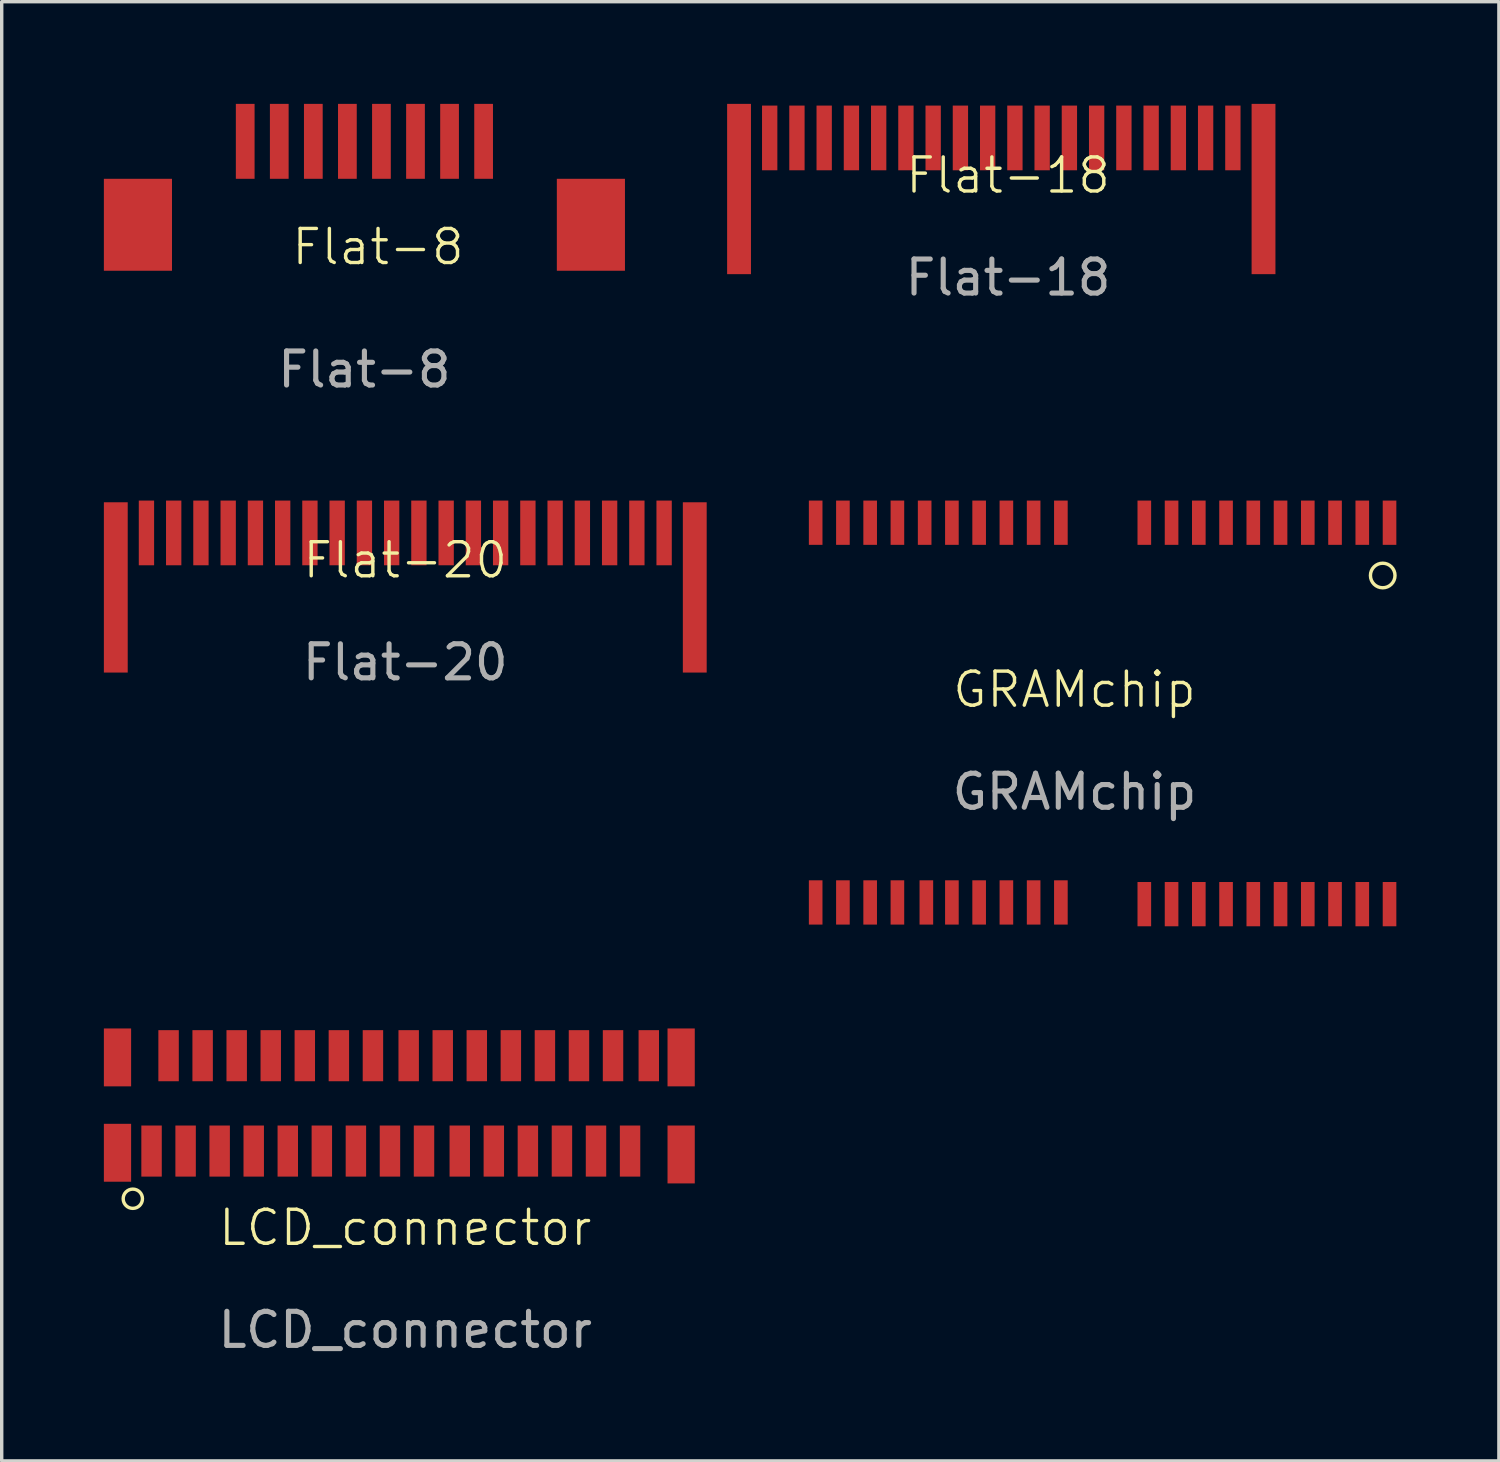
<source format=kicad_pcb>
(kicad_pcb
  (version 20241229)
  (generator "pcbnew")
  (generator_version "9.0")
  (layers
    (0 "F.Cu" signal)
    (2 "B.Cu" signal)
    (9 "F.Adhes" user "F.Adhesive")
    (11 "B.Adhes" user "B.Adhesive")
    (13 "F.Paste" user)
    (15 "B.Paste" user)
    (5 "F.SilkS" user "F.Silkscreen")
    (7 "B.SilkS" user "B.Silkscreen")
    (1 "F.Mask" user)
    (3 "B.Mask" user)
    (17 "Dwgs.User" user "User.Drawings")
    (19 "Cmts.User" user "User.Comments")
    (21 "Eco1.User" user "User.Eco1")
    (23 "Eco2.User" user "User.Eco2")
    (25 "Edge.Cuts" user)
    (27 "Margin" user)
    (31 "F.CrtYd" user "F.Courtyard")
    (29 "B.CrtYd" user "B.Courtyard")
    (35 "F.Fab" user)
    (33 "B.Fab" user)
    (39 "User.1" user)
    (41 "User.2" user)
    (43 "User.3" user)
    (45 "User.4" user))
  (footprint "Flat-18"
    (layer "F.Cu")
    (at 26.55 2.6)
    (property "Reference" "Flat-18" (at 0 -0.5 0) (unlocked yes) (layer "F.SilkS") (effects (font (size 1 1) (thickness 0.1))))
    (attr smd)
    (fp_text user "${REFERENCE}" (at 0 2.5 0) (unlocked yes) (layer "F.Fab") (effects (font (size 1 1) (thickness 0.15))))
    (pad "1" smd rect (at -7 -1.6 270) (size 1.9 0.45) (layers "F.Cu" "F.Mask" "F.Paste"))
    (pad "2" smd rect (at -6.2 -1.6 270) (size 1.9 0.45) (layers "F.Cu" "F.Mask" "F.Paste"))
    (pad "3" smd rect (at -5.4 -1.6 270) (size 1.9 0.45) (layers "F.Cu" "F.Mask" "F.Paste"))
    (pad "4" smd rect (at -4.6 -1.6 270) (size 1.9 0.45) (layers "F.Cu" "F.Mask" "F.Paste"))
    (pad "5" smd rect (at -3.8 -1.6 270) (size 1.9 0.45) (layers "F.Cu" "F.Mask" "F.Paste"))
    (pad "6" smd rect (at -3 -1.6 270) (size 1.9 0.45) (layers "F.Cu" "F.Mask" "F.Paste"))
    (pad "7" smd rect (at -2.2 -1.6 270) (size 1.9 0.45) (layers "F.Cu" "F.Mask" "F.Paste"))
    (pad "8" smd rect (at -1.4 -1.6 270) (size 1.9 0.45) (layers "F.Cu" "F.Mask" "F.Paste"))
    (pad "9" smd rect (at -0.6 -1.6 270) (size 1.9 0.45) (layers "F.Cu" "F.Mask" "F.Paste"))
    (pad "10" smd rect (at 0.2 -1.6 270) (size 1.9 0.45) (layers "F.Cu" "F.Mask" "F.Paste"))
    (pad "11" smd rect (at 1 -1.6 270) (size 1.9 0.45) (layers "F.Cu" "F.Mask" "F.Paste"))
    (pad "12" smd rect (at 1.8 -1.6 270) (size 1.9 0.45) (layers "F.Cu" "F.Mask" "F.Paste"))
    (pad "13" smd rect (at 2.6 -1.6 270) (size 1.9 0.45) (layers "F.Cu" "F.Mask" "F.Paste"))
    (pad "14" smd rect (at 3.4 -1.6 270) (size 1.9 0.45) (layers "F.Cu" "F.Mask" "F.Paste"))
    (pad "15" smd rect (at 4.2 -1.6 270) (size 1.9 0.45) (layers "F.Cu" "F.Mask" "F.Paste"))
    (pad "16" smd rect (at 5 -1.6 270) (size 1.9 0.45) (layers "F.Cu" "F.Mask" "F.Paste"))
    (pad "17" smd rect (at 5.8 -1.6 270) (size 1.9 0.45) (layers "F.Cu" "F.Mask" "F.Paste"))
    (pad "18" smd rect (at 6.6 -1.6 270) (size 1.9 0.45) (layers "F.Cu" "F.Mask" "F.Paste"))
    (pad "19" smd rect (at 7.5 -0.1 270) (size 5 0.7) (layers "F.Cu" "F.Mask" "F.Paste"))
    (pad "20" smd rect (at -7.9 -0.1 270) (size 5 0.7) (layers "F.Cu" "F.Mask" "F.Paste")))
  (footprint "Flat-20"
    (layer "F.Cu")
    (at 8.85 13.898)
    (property "Reference" "Flat-20" (at 0 -0.5 0) (unlocked yes) (layer "F.SilkS") (effects (font (size 1 1) (thickness 0.1))))
    (attr smd)
    (fp_text user "${REFERENCE}" (at 0 2.5 0) (unlocked yes) (layer "F.Fab") (effects (font (size 1 1) (thickness 0.15))))
    (pad "1" smd rect (at -7.6 -1.3 270) (size 1.9 0.45) (layers "F.Cu" "F.Mask" "F.Paste"))
    (pad "2" smd rect (at -6.8 -1.3 270) (size 1.9 0.45) (layers "F.Cu" "F.Mask" "F.Paste"))
    (pad "3" smd rect (at -6 -1.3 270) (size 1.9 0.45) (layers "F.Cu" "F.Mask" "F.Paste"))
    (pad "4" smd rect (at -5.2 -1.3 270) (size 1.9 0.45) (layers "F.Cu" "F.Mask" "F.Paste"))
    (pad "5" smd rect (at -4.4 -1.3 270) (size 1.9 0.45) (layers "F.Cu" "F.Mask" "F.Paste"))
    (pad "6" smd rect (at -3.6 -1.3 270) (size 1.9 0.45) (layers "F.Cu" "F.Mask" "F.Paste"))
    (pad "7" smd rect (at -2.8 -1.3 270) (size 1.9 0.45) (layers "F.Cu" "F.Mask" "F.Paste"))
    (pad "8" smd rect (at -2 -1.3 270) (size 1.9 0.45) (layers "F.Cu" "F.Mask" "F.Paste"))
    (pad "9" smd rect (at -1.2 -1.3 270) (size 1.9 0.45) (layers "F.Cu" "F.Mask" "F.Paste"))
    (pad "10" smd rect (at -0.4 -1.3 270) (size 1.9 0.45) (layers "F.Cu" "F.Mask" "F.Paste"))
    (pad "11" smd rect (at 0.4 -1.3 270) (size 1.9 0.45) (layers "F.Cu" "F.Mask" "F.Paste"))
    (pad "12" smd rect (at 1.2 -1.3 270) (size 1.9 0.45) (layers "F.Cu" "F.Mask" "F.Paste"))
    (pad "13" smd rect (at 2 -1.3 270) (size 1.9 0.45) (layers "F.Cu" "F.Mask" "F.Paste"))
    (pad "14" smd rect (at 2.8 -1.3 270) (size 1.9 0.45) (layers "F.Cu" "F.Mask" "F.Paste"))
    (pad "15" smd rect (at 3.6 -1.3 270) (size 1.9 0.45) (layers "F.Cu" "F.Mask" "F.Paste"))
    (pad "16" smd rect (at 4.4 -1.3 270) (size 1.9 0.45) (layers "F.Cu" "F.Mask" "F.Paste"))
    (pad "17" smd rect (at 5.2 -1.3 270) (size 1.9 0.45) (layers "F.Cu" "F.Mask" "F.Paste"))
    (pad "18" smd rect (at 6 -1.3 270) (size 1.9 0.45) (layers "F.Cu" "F.Mask" "F.Paste"))
    (pad "19" smd rect (at 6.8 -1.3 270) (size 1.9 0.45) (layers "F.Cu" "F.Mask" "F.Paste"))
    (pad "20" smd rect (at 7.6 -1.3 270) (size 1.9 0.45) (layers "F.Cu" "F.Mask" "F.Paste"))
    (pad "21" smd rect (at 8.5 0.3 270) (size 5 0.7) (layers "F.Cu" "F.Mask" "F.Paste"))
    (pad "22" smd rect (at -8.5 0.3 270) (size 5 0.7) (layers "F.Cu" "F.Mask" "F.Paste")))
  (footprint "Flat-8"
    (layer "F.Cu")
    (at 7.75 2.8)
    (property "Reference" "Flat-8" (at 0.3 1.4 0) (unlocked yes) (layer "F.SilkS") (effects (font (size 1 1) (thickness 0.1))))
    (attr smd)
    (fp_text user "${REFERENCE}" (at -0.1 5 0) (unlocked yes) (layer "F.Fab") (effects (font (size 1 1) (thickness 0.15))))
    (pad "1" smd rect (at -3.6 -1.7 270) (size 2.2 0.55) (layers "F.Cu" "F.Mask" "F.Paste"))
    (pad "2" smd rect (at -2.6 -1.7 270) (size 2.2 0.55) (layers "F.Cu" "F.Mask" "F.Paste"))
    (pad "3" smd rect (at -1.6 -1.7 270) (size 2.2 0.55) (layers "F.Cu" "F.Mask" "F.Paste"))
    (pad "4" smd rect (at -0.6 -1.7 270) (size 2.2 0.55) (layers "F.Cu" "F.Mask" "F.Paste"))
    (pad "5" smd rect (at 0.4 -1.7 270) (size 2.2 0.55) (layers "F.Cu" "F.Mask" "F.Paste"))
    (pad "6" smd rect (at 1.4 -1.7 270) (size 2.2 0.55) (layers "F.Cu" "F.Mask" "F.Paste"))
    (pad "7" smd rect (at 2.4 -1.7 270) (size 2.2 0.55) (layers "F.Cu" "F.Mask" "F.Paste"))
    (pad "8" smd rect (at 3.4 -1.7 270) (size 2.2 0.55) (layers "F.Cu" "F.Mask" "F.Paste"))
    (pad "9" smd rect (at 6.55 0.75 270) (size 2.7 2) (layers "F.Cu" "F.Mask" "F.Paste"))
    (pad "10" smd rect (at -6.75 0.75 270) (size 2.7 2) (layers "F.Cu" "F.Mask" "F.Paste")))
  (footprint "GRAMchip"
    (layer "F.Cu")
    (at 29.35 17.748)
    (property "Reference" "GRAMchip" (at -0.85 -0.55 0) (unlocked yes) (layer "F.SilkS") (effects (font (size 1 1) (thickness 0.1))))
    (attr smd)
    (fp_circle (center 8.2 -3.9) (end 8.5 -3.7) (stroke (width 0.1) (type default)) (fill no) (layer "F.SilkS"))
    (fp_text user "${REFERENCE}" (at -0.85 2.45 0) (unlocked yes) (layer "F.Fab") (effects (font (size 1 1) (thickness 0.15))))
    (pad "1" smd rect (at 8.4 -5.45 270) (size 1.3 0.4) (layers "F.Cu" "F.Mask" "F.Paste"))
    (pad "2" smd rect (at 7.6 -5.45 270) (size 1.3 0.4) (layers "F.Cu" "F.Mask" "F.Paste"))
    (pad "3" smd rect (at 6.8 -5.45 270) (size 1.3 0.4) (layers "F.Cu" "F.Mask" "F.Paste"))
    (pad "4" smd rect (at 6 -5.45 270) (size 1.3 0.4) (layers "F.Cu" "F.Mask" "F.Paste"))
    (pad "5" smd rect (at 5.2 -5.45 270) (size 1.3 0.4) (layers "F.Cu" "F.Mask" "F.Paste"))
    (pad "6" smd rect (at 4.4 -5.45 270) (size 1.3 0.4) (layers "F.Cu" "F.Mask" "F.Paste"))
    (pad "7" smd rect (at 3.6 -5.45 270) (size 1.3 0.4) (layers "F.Cu" "F.Mask" "F.Paste"))
    (pad "8" smd rect (at 2.8 -5.45 270) (size 1.3 0.4) (layers "F.Cu" "F.Mask" "F.Paste"))
    (pad "9" smd rect (at 2 -5.45 270) (size 1.3 0.4) (layers "F.Cu" "F.Mask" "F.Paste"))
    (pad "10" smd rect (at 1.2 -5.45 270) (size 1.3 0.4) (layers "F.Cu" "F.Mask" "F.Paste"))
    (pad "11" smd rect (at -1.25 -5.45 270) (size 1.3 0.4) (layers "F.Cu" "F.Mask" "F.Paste"))
    (pad "12" smd rect (at -2.05 -5.45 270) (size 1.3 0.4) (layers "F.Cu" "F.Mask" "F.Paste"))
    (pad "13" smd rect (at -2.85 -5.45 270) (size 1.3 0.4) (layers "F.Cu" "F.Mask" "F.Paste"))
    (pad "14" smd rect (at -3.65 -5.45 270) (size 1.3 0.4) (layers "F.Cu" "F.Mask" "F.Paste"))
    (pad "15" smd rect (at -4.45 -5.45 270) (size 1.3 0.4) (layers "F.Cu" "F.Mask" "F.Paste"))
    (pad "16" smd rect (at -5.25 -5.45 270) (size 1.3 0.4) (layers "F.Cu" "F.Mask" "F.Paste"))
    (pad "17" smd rect (at -6.05 -5.45 270) (size 1.3 0.4) (layers "F.Cu" "F.Mask" "F.Paste"))
    (pad "18" smd rect (at -6.85 -5.45 270) (size 1.3 0.4) (layers "F.Cu" "F.Mask" "F.Paste"))
    (pad "19" smd rect (at -7.65 -5.45 270) (size 1.3 0.4) (layers "F.Cu" "F.Mask" "F.Paste"))
    (pad "20" smd rect (at -8.45 -5.45 270) (size 1.3 0.4) (layers "F.Cu" "F.Mask" "F.Paste"))
    (pad "21" smd rect (at -8.45 5.7 270) (size 1.3 0.4) (layers "F.Cu" "F.Mask" "F.Paste"))
    (pad "22" smd rect (at -7.65 5.7 270) (size 1.3 0.4) (layers "F.Cu" "F.Mask" "F.Paste"))
    (pad "23" smd rect (at -6.85 5.7 270) (size 1.3 0.4) (layers "F.Cu" "F.Mask" "F.Paste"))
    (pad "24" smd rect (at -6.05 5.7 270) (size 1.3 0.4) (layers "F.Cu" "F.Mask" "F.Paste"))
    (pad "25" smd rect (at -5.2 5.7 270) (size 1.3 0.4) (layers "F.Cu" "F.Mask" "F.Paste"))
    (pad "26" smd rect (at -4.45 5.7 270) (size 1.3 0.4) (layers "F.Cu" "F.Mask" "F.Paste"))
    (pad "27" smd rect (at -3.65 5.7 270) (size 1.3 0.4) (layers "F.Cu" "F.Mask" "F.Paste"))
    (pad "28" smd rect (at -2.85 5.7 270) (size 1.3 0.4) (layers "F.Cu" "F.Mask" "F.Paste"))
    (pad "29" smd rect (at -2.05 5.7 270) (size 1.3 0.4) (layers "F.Cu" "F.Mask" "F.Paste"))
    (pad "30" smd rect (at -1.25 5.7 270) (size 1.3 0.4) (layers "F.Cu" "F.Mask" "F.Paste"))
    (pad "31" smd rect (at 1.2 5.75 270) (size 1.3 0.4) (layers "F.Cu" "F.Mask" "F.Paste"))
    (pad "32" smd rect (at 2 5.75 270) (size 1.3 0.4) (layers "F.Cu" "F.Mask" "F.Paste"))
    (pad "33" smd rect (at 2.8 5.75 270) (size 1.3 0.4) (layers "F.Cu" "F.Mask" "F.Paste"))
    (pad "34" smd rect (at 3.6 5.75 270) (size 1.3 0.4) (layers "F.Cu" "F.Mask" "F.Paste"))
    (pad "35" smd rect (at 4.4 5.75 270) (size 1.3 0.4) (layers "F.Cu" "F.Mask" "F.Paste"))
    (pad "36" smd rect (at 5.2 5.75 270) (size 1.3 0.4) (layers "F.Cu" "F.Mask" "F.Paste"))
    (pad "37" smd rect (at 6 5.75 270) (size 1.3 0.4) (layers "F.Cu" "F.Mask" "F.Paste"))
    (pad "38" smd rect (at 6.8 5.75 270) (size 1.3 0.4) (layers "F.Cu" "F.Mask" "F.Paste"))
    (pad "39" smd rect (at 7.6 5.75 270) (size 1.3 0.4) (layers "F.Cu" "F.Mask" "F.Paste"))
    (pad "40" smd rect (at 8.4 5.75 270) (size 1.3 0.4) (layers "F.Cu" "F.Mask" "F.Paste")))
  (footprint "LCD_connector"
    (layer "F.Cu")
    (at 8.8 29.498)
    (property "Reference" "LCD_connector" (at 0.05 3.5 0) (unlocked yes) (layer "F.SilkS") (effects (font (size 1 1) (thickness 0.1))))
    (attr smd)
    (fp_circle (center -7.95 2.65) (end -7.75 2.85) (stroke (width 0.1) (type default)) (fill no) (layer "F.SilkS"))
    (fp_text user "${REFERENCE}" (at 0.05 6.5 0) (unlocked yes) (layer "F.Fab") (effects (font (size 1 1) (thickness 0.15))))
    (pad "1" smd rect (at -7.4 1.25 270) (size 1.5 0.6) (layers "F.Cu" "F.Mask" "F.Paste"))
    (pad "2" smd rect (at -6.9 -1.55 270) (size 1.5 0.6) (layers "F.Cu" "F.Mask" "F.Paste"))
    (pad "3" smd rect (at -6.4 1.25 270) (size 1.5 0.6) (layers "F.Cu" "F.Mask" "F.Paste"))
    (pad "4" smd rect (at -5.9 -1.55 270) (size 1.5 0.6) (layers "F.Cu" "F.Mask" "F.Paste"))
    (pad "5" smd rect (at -5.4 1.25 270) (size 1.5 0.6) (layers "F.Cu" "F.Mask" "F.Paste"))
    (pad "6" smd rect (at -4.9 -1.55 270) (size 1.5 0.6) (layers "F.Cu" "F.Mask" "F.Paste"))
    (pad "7" smd rect (at -4.4 1.25 270) (size 1.5 0.6) (layers "F.Cu" "F.Mask" "F.Paste"))
    (pad "8" smd rect (at -3.9 -1.55 270) (size 1.5 0.6) (layers "F.Cu" "F.Mask" "F.Paste"))
    (pad "9" smd rect (at -3.4 1.25 270) (size 1.5 0.6) (layers "F.Cu" "F.Mask" "F.Paste"))
    (pad "10" smd rect (at -2.9 -1.55 270) (size 1.5 0.6) (layers "F.Cu" "F.Mask" "F.Paste"))
    (pad "11" smd rect (at -2.4 1.25 270) (size 1.5 0.6) (layers "F.Cu" "F.Mask" "F.Paste"))
    (pad "12" smd rect (at -1.9 -1.55 270) (size 1.5 0.6) (layers "F.Cu" "F.Mask" "F.Paste"))
    (pad "13" smd rect (at -1.4 1.25 270) (size 1.5 0.6) (layers "F.Cu" "F.Mask" "F.Paste"))
    (pad "14" smd rect (at -0.9 -1.55 270) (size 1.5 0.6) (layers "F.Cu" "F.Mask" "F.Paste"))
    (pad "15" smd rect (at -0.4 1.25 270) (size 1.5 0.6) (layers "F.Cu" "F.Mask" "F.Paste"))
    (pad "16" smd rect (at 0.15 -1.55 270) (size 1.5 0.6) (layers "F.Cu" "F.Mask" "F.Paste"))
    (pad "17" smd rect (at 0.6 1.25 270) (size 1.5 0.6) (layers "F.Cu" "F.Mask" "F.Paste"))
    (pad "18" smd rect (at 1.15 -1.55 270) (size 1.5 0.6) (layers "F.Cu" "F.Mask" "F.Paste"))
    (pad "19" smd rect (at 1.65 1.25 270) (size 1.5 0.6) (layers "F.Cu" "F.Mask" "F.Paste"))
    (pad "20" smd rect (at 2.15 -1.55 270) (size 1.5 0.6) (layers "F.Cu" "F.Mask" "F.Paste"))
    (pad "21" smd rect (at 2.65 1.25 270) (size 1.5 0.6) (layers "F.Cu" "F.Mask" "F.Paste"))
    (pad "22" smd rect (at 3.15 -1.55 270) (size 1.5 0.6) (layers "F.Cu" "F.Mask" "F.Paste"))
    (pad "23" smd rect (at 3.65 1.25 270) (size 1.5 0.6) (layers "F.Cu" "F.Mask" "F.Paste"))
    (pad "24" smd rect (at 4.15 -1.55 270) (size 1.5 0.6) (layers "F.Cu" "F.Mask" "F.Paste"))
    (pad "25" smd rect (at 4.65 1.25 270) (size 1.5 0.6) (layers "F.Cu" "F.Mask" "F.Paste"))
    (pad "26" smd rect (at 5.15 -1.55 270) (size 1.5 0.6) (layers "F.Cu" "F.Mask" "F.Paste"))
    (pad "27" smd rect (at 5.65 1.25 270) (size 1.5 0.6) (layers "F.Cu" "F.Mask" "F.Paste"))
    (pad "28" smd rect (at 6.15 -1.55 270) (size 1.5 0.6) (layers "F.Cu" "F.Mask" "F.Paste"))
    (pad "29" smd rect (at 6.65 1.25 270) (size 1.5 0.6) (layers "F.Cu" "F.Mask" "F.Paste"))
    (pad "30" smd rect (at 7.2 -1.55 270) (size 1.5 0.6) (layers "F.Cu" "F.Mask" "F.Paste"))
    (pad "31" smd rect (at 8.15 1.35 270) (size 1.7 0.8) (layers "F.Cu" "F.Mask" "F.Paste"))
    (pad "32" smd rect (at 8.15 -1.5 270) (size 1.7 0.8) (layers "F.Cu" "F.Mask" "F.Paste"))
    (pad "33" smd rect (at -8.4 -1.5 270) (size 1.7 0.8) (layers "F.Cu" "F.Mask" "F.Paste"))
    (pad "34" smd rect (at -8.4 1.3 270) (size 1.7 0.8) (layers "F.Cu" "F.Mask" "F.Paste")))
  (gr_rect
    (start -3 -3)
    (end 40.961 39.846)
    (stroke (width 0.1) (type default))
    (fill no)
    (layer "Edge.Cuts")))
</source>
